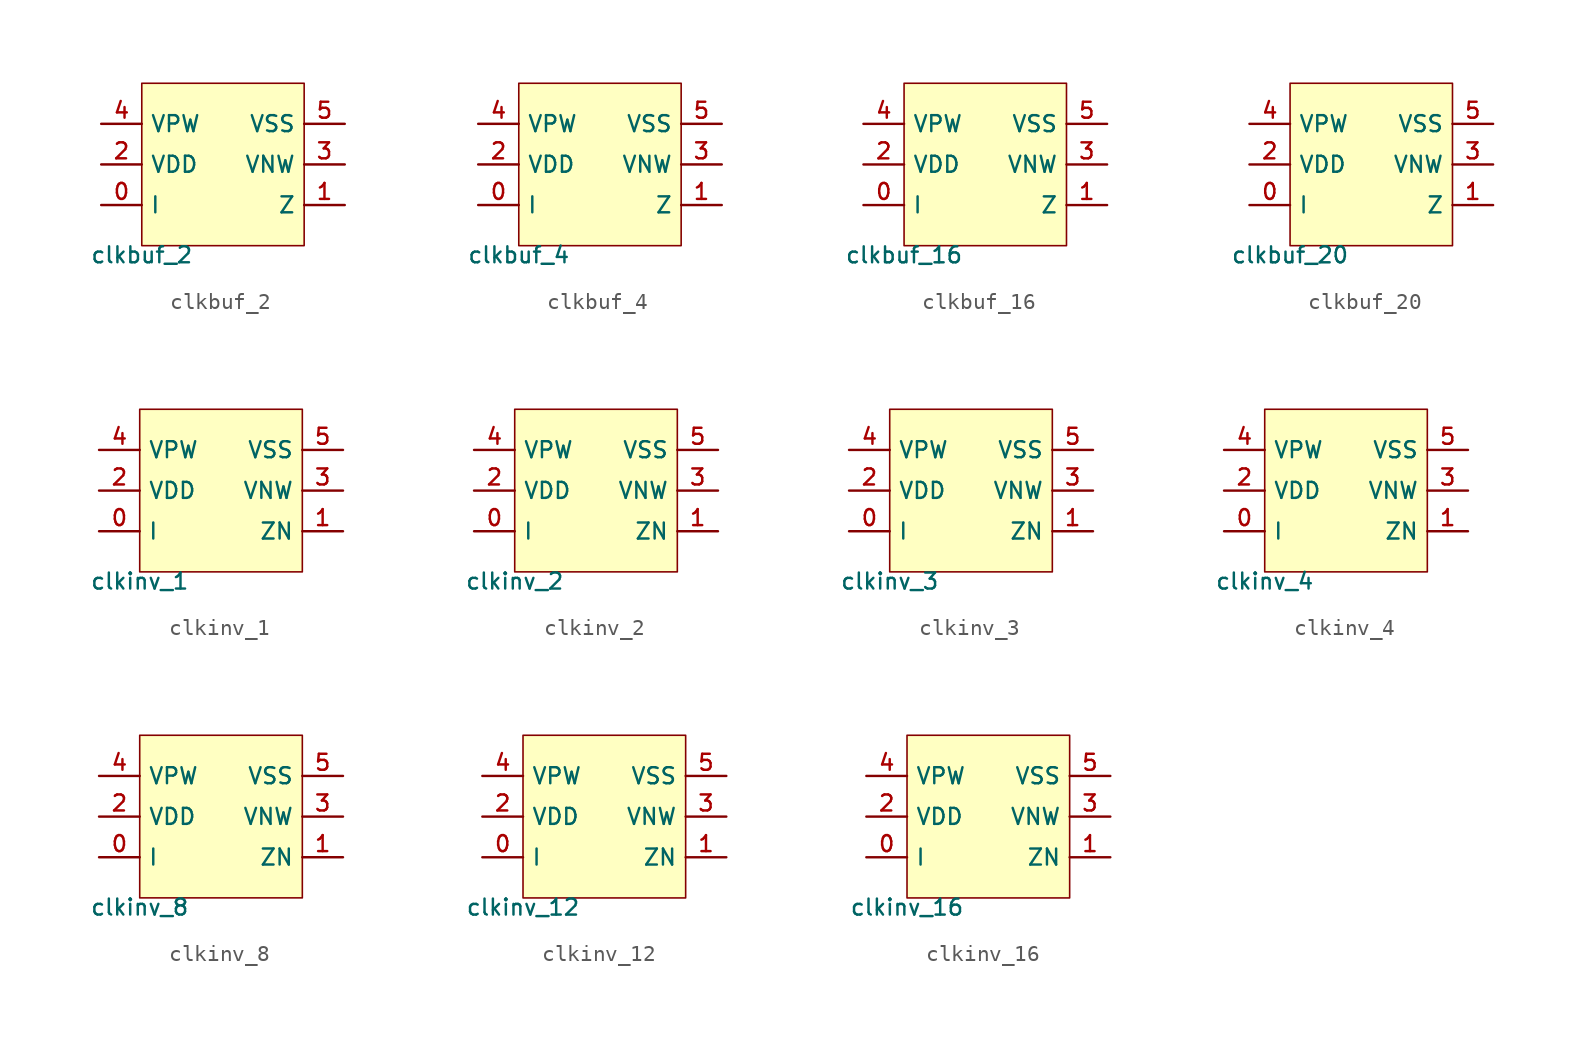
<source format=kicad_sym>
(kicad_symbol_lib
  (version 20211014)
  (generator pdk2kicad)
  (symbol "clkbuf_2"
    (property "Reference" "X"
      (at 0 0 0)
      (effects (font (size 1 1)) hide))
    (property "Value" "clkbuf_2"
      (at -5.08 -5.08 0)
      (effects (font (size 1 1)) (justify top)))
    (rectangle
      (start -5.08 -5.08)
      (end 5.08 5.08)
      (stroke (width 0.1) (type solid) (color 0 0 0 0))
      (fill (type background)))
    (pin bidirectional line
      (at -7.62 -2.54 0)
      (length 2.54)
      (name "I" (effects (font (size 1 1)) hide))
      (number "0" (effects (font (size 1 1)) hide)))
    (pin bidirectional line
      (at 7.62 -2.54 180)
      (length 2.54)
      (name "Z" (effects (font (size 1 1)) hide))
      (number "1" (effects (font (size 1 1)) hide)))
    (pin bidirectional line
      (at -7.62 0.0 0)
      (length 2.54)
      (name "VDD" (effects (font (size 1 1)) hide))
      (number "2" (effects (font (size 1 1)) hide)))
    (pin bidirectional line
      (at 7.62 0.0 180)
      (length 2.54)
      (name "VNW" (effects (font (size 1 1)) hide))
      (number "3" (effects (font (size 1 1)) hide)))
    (pin bidirectional line
      (at -7.62 2.54 0)
      (length 2.54)
      (name "VPW" (effects (font (size 1 1)) hide))
      (number "4" (effects (font (size 1 1)) hide)))
    (pin bidirectional line
      (at 7.62 2.54 180)
      (length 2.54)
      (name "VSS" (effects (font (size 1 1)) hide))
      (number "5" (effects (font (size 1 1)) hide))))
  (symbol "clkbuf_4"
    (property "Reference" "X"
      (at 0 0 0)
      (effects (font (size 1 1)) hide))
    (property "Value" "clkbuf_4"
      (at -5.08 -5.08 0)
      (effects (font (size 1 1)) (justify top)))
    (rectangle
      (start -5.08 -5.08)
      (end 5.08 5.08)
      (stroke (width 0.1) (type solid) (color 0 0 0 0))
      (fill (type background)))
    (pin bidirectional line
      (at -7.62 -2.54 0)
      (length 2.54)
      (name "I" (effects (font (size 1 1)) hide))
      (number "0" (effects (font (size 1 1)) hide)))
    (pin bidirectional line
      (at 7.62 -2.54 180)
      (length 2.54)
      (name "Z" (effects (font (size 1 1)) hide))
      (number "1" (effects (font (size 1 1)) hide)))
    (pin bidirectional line
      (at -7.62 0.0 0)
      (length 2.54)
      (name "VDD" (effects (font (size 1 1)) hide))
      (number "2" (effects (font (size 1 1)) hide)))
    (pin bidirectional line
      (at 7.62 0.0 180)
      (length 2.54)
      (name "VNW" (effects (font (size 1 1)) hide))
      (number "3" (effects (font (size 1 1)) hide)))
    (pin bidirectional line
      (at -7.62 2.54 0)
      (length 2.54)
      (name "VPW" (effects (font (size 1 1)) hide))
      (number "4" (effects (font (size 1 1)) hide)))
    (pin bidirectional line
      (at 7.62 2.54 180)
      (length 2.54)
      (name "VSS" (effects (font (size 1 1)) hide))
      (number "5" (effects (font (size 1 1)) hide))))
  (symbol "clkbuf_16"
    (property "Reference" "X"
      (at 0 0 0)
      (effects (font (size 1 1)) hide))
    (property "Value" "clkbuf_16"
      (at -5.08 -5.08 0)
      (effects (font (size 1 1)) (justify top)))
    (rectangle
      (start -5.08 -5.08)
      (end 5.08 5.08)
      (stroke (width 0.1) (type solid) (color 0 0 0 0))
      (fill (type background)))
    (pin bidirectional line
      (at -7.62 -2.54 0)
      (length 2.54)
      (name "I" (effects (font (size 1 1)) hide))
      (number "0" (effects (font (size 1 1)) hide)))
    (pin bidirectional line
      (at 7.62 -2.54 180)
      (length 2.54)
      (name "Z" (effects (font (size 1 1)) hide))
      (number "1" (effects (font (size 1 1)) hide)))
    (pin bidirectional line
      (at -7.62 0.0 0)
      (length 2.54)
      (name "VDD" (effects (font (size 1 1)) hide))
      (number "2" (effects (font (size 1 1)) hide)))
    (pin bidirectional line
      (at 7.62 0.0 180)
      (length 2.54)
      (name "VNW" (effects (font (size 1 1)) hide))
      (number "3" (effects (font (size 1 1)) hide)))
    (pin bidirectional line
      (at -7.62 2.54 0)
      (length 2.54)
      (name "VPW" (effects (font (size 1 1)) hide))
      (number "4" (effects (font (size 1 1)) hide)))
    (pin bidirectional line
      (at 7.62 2.54 180)
      (length 2.54)
      (name "VSS" (effects (font (size 1 1)) hide))
      (number "5" (effects (font (size 1 1)) hide))))
  (symbol "clkbuf_20"
    (property "Reference" "X"
      (at 0 0 0)
      (effects (font (size 1 1)) hide))
    (property "Value" "clkbuf_20"
      (at -5.08 -5.08 0)
      (effects (font (size 1 1)) (justify top)))
    (rectangle
      (start -5.08 -5.08)
      (end 5.08 5.08)
      (stroke (width 0.1) (type solid) (color 0 0 0 0))
      (fill (type background)))
    (pin bidirectional line
      (at -7.62 -2.54 0)
      (length 2.54)
      (name "I" (effects (font (size 1 1)) hide))
      (number "0" (effects (font (size 1 1)) hide)))
    (pin bidirectional line
      (at 7.62 -2.54 180)
      (length 2.54)
      (name "Z" (effects (font (size 1 1)) hide))
      (number "1" (effects (font (size 1 1)) hide)))
    (pin bidirectional line
      (at -7.62 0.0 0)
      (length 2.54)
      (name "VDD" (effects (font (size 1 1)) hide))
      (number "2" (effects (font (size 1 1)) hide)))
    (pin bidirectional line
      (at 7.62 0.0 180)
      (length 2.54)
      (name "VNW" (effects (font (size 1 1)) hide))
      (number "3" (effects (font (size 1 1)) hide)))
    (pin bidirectional line
      (at -7.62 2.54 0)
      (length 2.54)
      (name "VPW" (effects (font (size 1 1)) hide))
      (number "4" (effects (font (size 1 1)) hide)))
    (pin bidirectional line
      (at 7.62 2.54 180)
      (length 2.54)
      (name "VSS" (effects (font (size 1 1)) hide))
      (number "5" (effects (font (size 1 1)) hide))))
  (symbol "clkinv_1"
    (property "Reference" "X"
      (at 0 0 0)
      (effects (font (size 1 1)) hide))
    (property "Value" "clkinv_1"
      (at -5.08 -5.08 0)
      (effects (font (size 1 1)) (justify top)))
    (rectangle
      (start -5.08 -5.08)
      (end 5.08 5.08)
      (stroke (width 0.1) (type solid) (color 0 0 0 0))
      (fill (type background)))
    (pin bidirectional line
      (at -7.62 -2.54 0)
      (length 2.54)
      (name "I" (effects (font (size 1 1)) hide))
      (number "0" (effects (font (size 1 1)) hide)))
    (pin bidirectional line
      (at 7.62 -2.54 180)
      (length 2.54)
      (name "ZN" (effects (font (size 1 1)) hide))
      (number "1" (effects (font (size 1 1)) hide)))
    (pin bidirectional line
      (at -7.62 0.0 0)
      (length 2.54)
      (name "VDD" (effects (font (size 1 1)) hide))
      (number "2" (effects (font (size 1 1)) hide)))
    (pin bidirectional line
      (at 7.62 0.0 180)
      (length 2.54)
      (name "VNW" (effects (font (size 1 1)) hide))
      (number "3" (effects (font (size 1 1)) hide)))
    (pin bidirectional line
      (at -7.62 2.54 0)
      (length 2.54)
      (name "VPW" (effects (font (size 1 1)) hide))
      (number "4" (effects (font (size 1 1)) hide)))
    (pin bidirectional line
      (at 7.62 2.54 180)
      (length 2.54)
      (name "VSS" (effects (font (size 1 1)) hide))
      (number "5" (effects (font (size 1 1)) hide))))
  (symbol "clkinv_2"
    (property "Reference" "X"
      (at 0 0 0)
      (effects (font (size 1 1)) hide))
    (property "Value" "clkinv_2"
      (at -5.08 -5.08 0)
      (effects (font (size 1 1)) (justify top)))
    (rectangle
      (start -5.08 -5.08)
      (end 5.08 5.08)
      (stroke (width 0.1) (type solid) (color 0 0 0 0))
      (fill (type background)))
    (pin bidirectional line
      (at -7.62 -2.54 0)
      (length 2.54)
      (name "I" (effects (font (size 1 1)) hide))
      (number "0" (effects (font (size 1 1)) hide)))
    (pin bidirectional line
      (at 7.62 -2.54 180)
      (length 2.54)
      (name "ZN" (effects (font (size 1 1)) hide))
      (number "1" (effects (font (size 1 1)) hide)))
    (pin bidirectional line
      (at -7.62 0.0 0)
      (length 2.54)
      (name "VDD" (effects (font (size 1 1)) hide))
      (number "2" (effects (font (size 1 1)) hide)))
    (pin bidirectional line
      (at 7.62 0.0 180)
      (length 2.54)
      (name "VNW" (effects (font (size 1 1)) hide))
      (number "3" (effects (font (size 1 1)) hide)))
    (pin bidirectional line
      (at -7.62 2.54 0)
      (length 2.54)
      (name "VPW" (effects (font (size 1 1)) hide))
      (number "4" (effects (font (size 1 1)) hide)))
    (pin bidirectional line
      (at 7.62 2.54 180)
      (length 2.54)
      (name "VSS" (effects (font (size 1 1)) hide))
      (number "5" (effects (font (size 1 1)) hide))))
  (symbol "clkinv_3"
    (property "Reference" "X"
      (at 0 0 0)
      (effects (font (size 1 1)) hide))
    (property "Value" "clkinv_3"
      (at -5.08 -5.08 0)
      (effects (font (size 1 1)) (justify top)))
    (rectangle
      (start -5.08 -5.08)
      (end 5.08 5.08)
      (stroke (width 0.1) (type solid) (color 0 0 0 0))
      (fill (type background)))
    (pin bidirectional line
      (at -7.62 -2.54 0)
      (length 2.54)
      (name "I" (effects (font (size 1 1)) hide))
      (number "0" (effects (font (size 1 1)) hide)))
    (pin bidirectional line
      (at 7.62 -2.54 180)
      (length 2.54)
      (name "ZN" (effects (font (size 1 1)) hide))
      (number "1" (effects (font (size 1 1)) hide)))
    (pin bidirectional line
      (at -7.62 0.0 0)
      (length 2.54)
      (name "VDD" (effects (font (size 1 1)) hide))
      (number "2" (effects (font (size 1 1)) hide)))
    (pin bidirectional line
      (at 7.62 0.0 180)
      (length 2.54)
      (name "VNW" (effects (font (size 1 1)) hide))
      (number "3" (effects (font (size 1 1)) hide)))
    (pin bidirectional line
      (at -7.62 2.54 0)
      (length 2.54)
      (name "VPW" (effects (font (size 1 1)) hide))
      (number "4" (effects (font (size 1 1)) hide)))
    (pin bidirectional line
      (at 7.62 2.54 180)
      (length 2.54)
      (name "VSS" (effects (font (size 1 1)) hide))
      (number "5" (effects (font (size 1 1)) hide))))
  (symbol "clkinv_4"
    (property "Reference" "X"
      (at 0 0 0)
      (effects (font (size 1 1)) hide))
    (property "Value" "clkinv_4"
      (at -5.08 -5.08 0)
      (effects (font (size 1 1)) (justify top)))
    (rectangle
      (start -5.08 -5.08)
      (end 5.08 5.08)
      (stroke (width 0.1) (type solid) (color 0 0 0 0))
      (fill (type background)))
    (pin bidirectional line
      (at -7.62 -2.54 0)
      (length 2.54)
      (name "I" (effects (font (size 1 1)) hide))
      (number "0" (effects (font (size 1 1)) hide)))
    (pin bidirectional line
      (at 7.62 -2.54 180)
      (length 2.54)
      (name "ZN" (effects (font (size 1 1)) hide))
      (number "1" (effects (font (size 1 1)) hide)))
    (pin bidirectional line
      (at -7.62 0.0 0)
      (length 2.54)
      (name "VDD" (effects (font (size 1 1)) hide))
      (number "2" (effects (font (size 1 1)) hide)))
    (pin bidirectional line
      (at 7.62 0.0 180)
      (length 2.54)
      (name "VNW" (effects (font (size 1 1)) hide))
      (number "3" (effects (font (size 1 1)) hide)))
    (pin bidirectional line
      (at -7.62 2.54 0)
      (length 2.54)
      (name "VPW" (effects (font (size 1 1)) hide))
      (number "4" (effects (font (size 1 1)) hide)))
    (pin bidirectional line
      (at 7.62 2.54 180)
      (length 2.54)
      (name "VSS" (effects (font (size 1 1)) hide))
      (number "5" (effects (font (size 1 1)) hide))))
  (symbol "clkinv_8"
    (property "Reference" "X"
      (at 0 0 0)
      (effects (font (size 1 1)) hide))
    (property "Value" "clkinv_8"
      (at -5.08 -5.08 0)
      (effects (font (size 1 1)) (justify top)))
    (rectangle
      (start -5.08 -5.08)
      (end 5.08 5.08)
      (stroke (width 0.1) (type solid) (color 0 0 0 0))
      (fill (type background)))
    (pin bidirectional line
      (at -7.62 -2.54 0)
      (length 2.54)
      (name "I" (effects (font (size 1 1)) hide))
      (number "0" (effects (font (size 1 1)) hide)))
    (pin bidirectional line
      (at 7.62 -2.54 180)
      (length 2.54)
      (name "ZN" (effects (font (size 1 1)) hide))
      (number "1" (effects (font (size 1 1)) hide)))
    (pin bidirectional line
      (at -7.62 0.0 0)
      (length 2.54)
      (name "VDD" (effects (font (size 1 1)) hide))
      (number "2" (effects (font (size 1 1)) hide)))
    (pin bidirectional line
      (at 7.62 0.0 180)
      (length 2.54)
      (name "VNW" (effects (font (size 1 1)) hide))
      (number "3" (effects (font (size 1 1)) hide)))
    (pin bidirectional line
      (at -7.62 2.54 0)
      (length 2.54)
      (name "VPW" (effects (font (size 1 1)) hide))
      (number "4" (effects (font (size 1 1)) hide)))
    (pin bidirectional line
      (at 7.62 2.54 180)
      (length 2.54)
      (name "VSS" (effects (font (size 1 1)) hide))
      (number "5" (effects (font (size 1 1)) hide))))
  (symbol "clkinv_12"
    (property "Reference" "X"
      (at 0 0 0)
      (effects (font (size 1 1)) hide))
    (property "Value" "clkinv_12"
      (at -5.08 -5.08 0)
      (effects (font (size 1 1)) (justify top)))
    (rectangle
      (start -5.08 -5.08)
      (end 5.08 5.08)
      (stroke (width 0.1) (type solid) (color 0 0 0 0))
      (fill (type background)))
    (pin bidirectional line
      (at -7.62 -2.54 0)
      (length 2.54)
      (name "I" (effects (font (size 1 1)) hide))
      (number "0" (effects (font (size 1 1)) hide)))
    (pin bidirectional line
      (at 7.62 -2.54 180)
      (length 2.54)
      (name "ZN" (effects (font (size 1 1)) hide))
      (number "1" (effects (font (size 1 1)) hide)))
    (pin bidirectional line
      (at -7.62 0.0 0)
      (length 2.54)
      (name "VDD" (effects (font (size 1 1)) hide))
      (number "2" (effects (font (size 1 1)) hide)))
    (pin bidirectional line
      (at 7.62 0.0 180)
      (length 2.54)
      (name "VNW" (effects (font (size 1 1)) hide))
      (number "3" (effects (font (size 1 1)) hide)))
    (pin bidirectional line
      (at -7.62 2.54 0)
      (length 2.54)
      (name "VPW" (effects (font (size 1 1)) hide))
      (number "4" (effects (font (size 1 1)) hide)))
    (pin bidirectional line
      (at 7.62 2.54 180)
      (length 2.54)
      (name "VSS" (effects (font (size 1 1)) hide))
      (number "5" (effects (font (size 1 1)) hide))))
  (symbol "clkinv_16"
    (property "Reference" "X"
      (at 0 0 0)
      (effects (font (size 1 1)) hide))
    (property "Value" "clkinv_16"
      (at -5.08 -5.08 0)
      (effects (font (size 1 1)) (justify top)))
    (rectangle
      (start -5.08 -5.08)
      (end 5.08 5.08)
      (stroke (width 0.1) (type solid) (color 0 0 0 0))
      (fill (type background)))
    (pin bidirectional line
      (at -7.62 -2.54 0)
      (length 2.54)
      (name "I" (effects (font (size 1 1)) hide))
      (number "0" (effects (font (size 1 1)) hide)))
    (pin bidirectional line
      (at 7.62 -2.54 180)
      (length 2.54)
      (name "ZN" (effects (font (size 1 1)) hide))
      (number "1" (effects (font (size 1 1)) hide)))
    (pin bidirectional line
      (at -7.62 0.0 0)
      (length 2.54)
      (name "VDD" (effects (font (size 1 1)) hide))
      (number "2" (effects (font (size 1 1)) hide)))
    (pin bidirectional line
      (at 7.62 0.0 180)
      (length 2.54)
      (name "VNW" (effects (font (size 1 1)) hide))
      (number "3" (effects (font (size 1 1)) hide)))
    (pin bidirectional line
      (at -7.62 2.54 0)
      (length 2.54)
      (name "VPW" (effects (font (size 1 1)) hide))
      (number "4" (effects (font (size 1 1)) hide)))
    (pin bidirectional line
      (at 7.62 2.54 180)
      (length 2.54)
      (name "VSS" (effects (font (size 1 1)) hide))
      (number "5" (effects (font (size 1 1)) hide)))))
</source>
